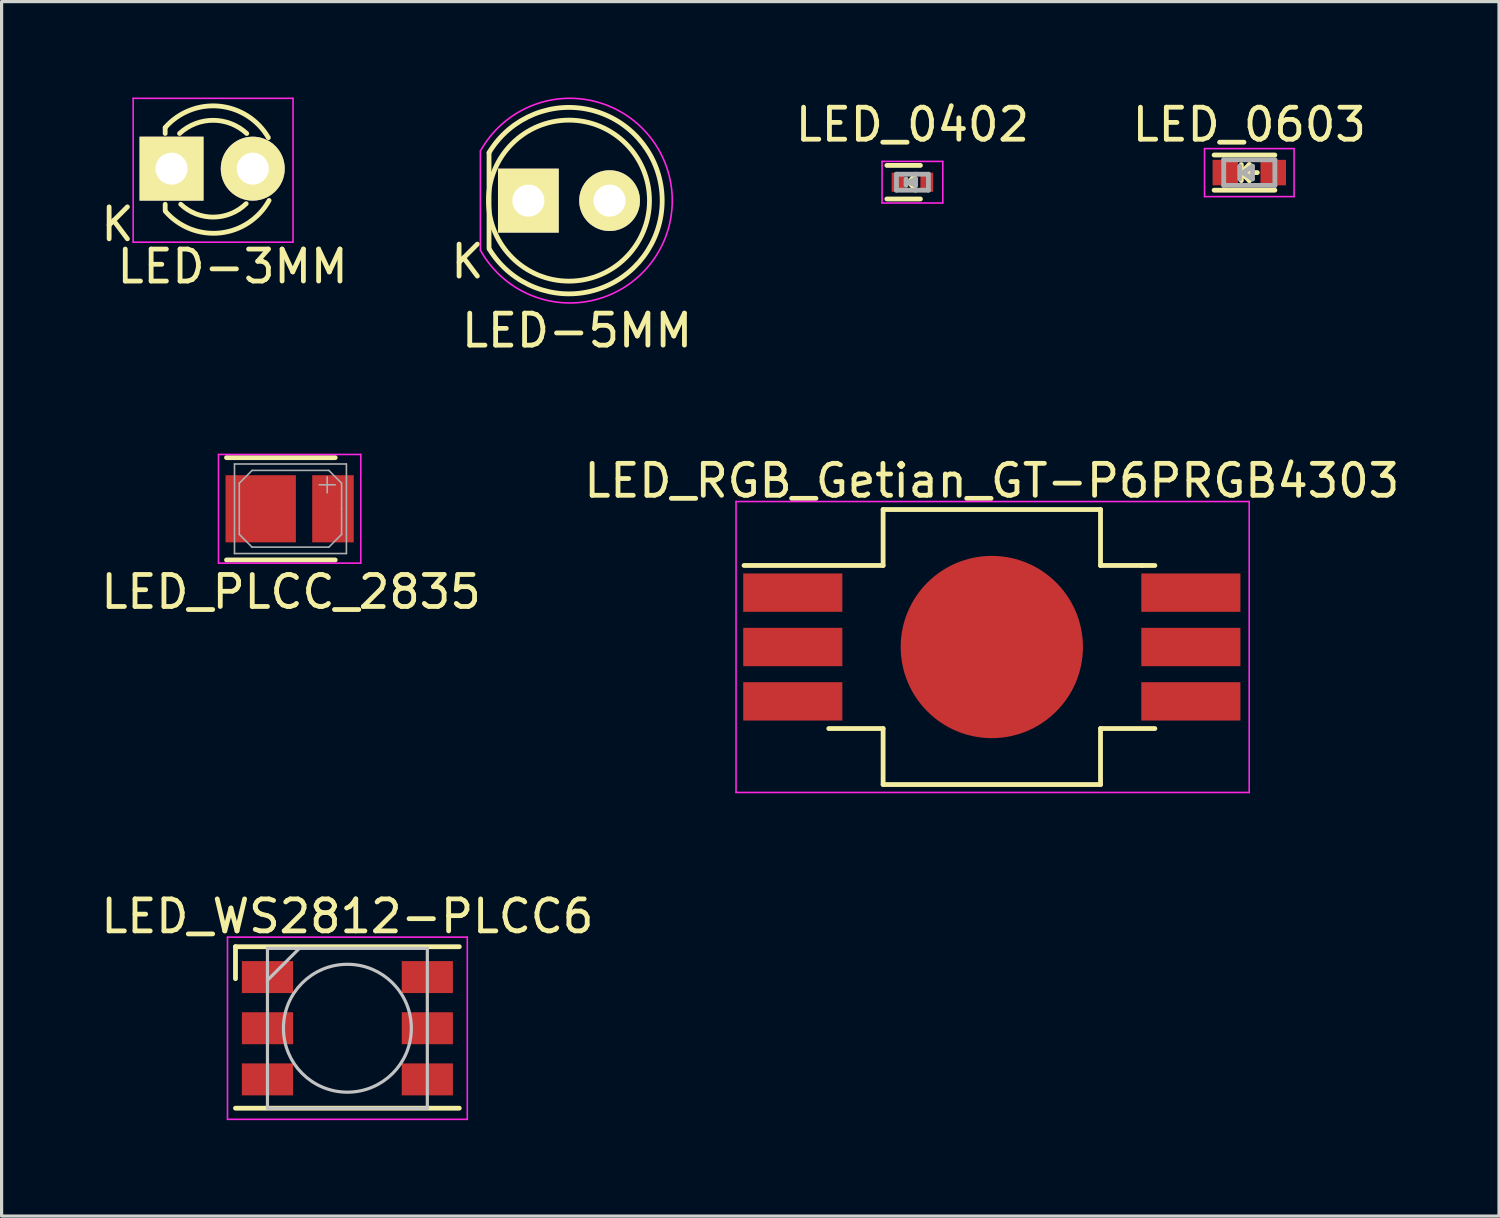
<source format=kicad_pcb>
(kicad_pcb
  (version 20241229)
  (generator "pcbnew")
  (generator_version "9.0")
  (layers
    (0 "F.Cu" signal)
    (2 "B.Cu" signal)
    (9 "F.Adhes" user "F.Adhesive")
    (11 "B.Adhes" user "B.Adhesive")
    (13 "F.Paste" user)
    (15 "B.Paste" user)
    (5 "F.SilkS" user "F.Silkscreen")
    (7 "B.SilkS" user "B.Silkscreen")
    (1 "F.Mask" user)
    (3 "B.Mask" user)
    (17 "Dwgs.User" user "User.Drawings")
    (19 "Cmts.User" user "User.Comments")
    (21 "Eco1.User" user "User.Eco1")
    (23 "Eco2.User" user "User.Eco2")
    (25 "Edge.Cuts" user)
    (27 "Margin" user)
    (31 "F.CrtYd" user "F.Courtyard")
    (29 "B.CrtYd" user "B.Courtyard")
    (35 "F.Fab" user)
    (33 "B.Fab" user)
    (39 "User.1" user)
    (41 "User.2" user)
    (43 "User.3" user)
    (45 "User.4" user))
  (footprint "LED_WS2812-PLCC6"
    (layer "F.Cu")
    (at 7.815 29.109)
    (property "Reference" "LED_WS2812-PLCC6" (at 0 -3.5 0) (layer "F.SilkS") (effects (font (size 1 1) (thickness 0.15))))
    (attr smd)
    (fp_line (start -3.5 -2.55) (end 3.5 -2.55) (stroke (width 0.15) (type solid)) (layer "F.SilkS"))
    (fp_line (start -3.5 -1.55) (end -3.5 -2.55) (stroke (width 0.15) (type solid)) (layer "F.SilkS"))
    (fp_line (start -3.5 2.5) (end 3.5 2.5) (stroke (width 0.15) (type solid)) (layer "F.SilkS"))
    (fp_line (start -2.5 -2.5) (end 2.5 -2.5) (stroke (width 0.1) (type solid)) (layer "Dwgs.User"))
    (fp_line (start -2.5 -1.5) (end -1.5 -2.5) (stroke (width 0.1) (type solid)) (layer "Dwgs.User"))
    (fp_line (start -2.5 2.5) (end -2.5 -2.5) (stroke (width 0.1) (type solid)) (layer "Dwgs.User"))
    (fp_line (start 2.5 -2.5) (end 2.5 2.5) (stroke (width 0.1) (type solid)) (layer "Dwgs.User"))
    (fp_line (start 2.5 2.5) (end -2.5 2.5) (stroke (width 0.1) (type solid)) (layer "Dwgs.User"))
    (fp_circle (center 0 0) (end 0 -2) (stroke (width 0.1) (type solid)) (fill no) (layer "Dwgs.User"))
    (fp_line (start -3.75 -2.85) (end -3.75 2.85) (stroke (width 0.05) (type solid)) (layer "F.CrtYd"))
    (fp_line (start -3.75 2.85) (end 3.75 2.85) (stroke (width 0.05) (type solid)) (layer "F.CrtYd"))
    (fp_line (start 3.75 -2.85) (end -3.75 -2.85) (stroke (width 0.05) (type solid)) (layer "F.CrtYd"))
    (fp_line (start 3.75 2.85) (end 3.75 -2.85) (stroke (width 0.05) (type solid)) (layer "F.CrtYd"))
    (pad "1" smd rect (at -2.5 -1.6) (size 1.6 1) (layers "F.Cu" "F.Mask" "F.Paste"))
    (pad "2" smd rect (at -2.5 0) (size 1.6 1) (layers "F.Cu" "F.Mask" "F.Paste"))
    (pad "3" smd rect (at -2.5 1.6) (size 1.6 1) (layers "F.Cu" "F.Mask" "F.Paste"))
    (pad "4" smd rect (at 2.5 1.6) (size 1.6 1) (layers "F.Cu" "F.Mask" "F.Paste"))
    (pad "5" smd rect (at 2.5 0) (size 1.6 1) (layers "F.Cu" "F.Mask" "F.Paste"))
    (pad "6" smd rect (at 2.5 -1.6) (size 1.6 1) (layers "F.Cu" "F.Mask" "F.Paste")))
  (footprint "LED_RGB_Getian_GT-P6PRGB4303"
    (layer "F.Cu")
    (at 27.97 17.186)
    (property "Reference" "LED_RGB_Getian_GT-P6PRGB4303" (at 0 -5.2 0) (layer "F.SilkS") (effects (font (size 1 1) (thickness 0.15))))
    (attr smd)
    (fp_line (start -7.75 -2.55) (end -3.4 -2.55) (stroke (width 0.15) (type solid)) (layer "F.SilkS"))
    (fp_line (start -5.1 2.55) (end -3.4 2.55) (stroke (width 0.15) (type solid)) (layer "F.SilkS"))
    (fp_line (start -3.4 -4.3) (end -3.4 -2.55) (stroke (width 0.15) (type solid)) (layer "F.SilkS"))
    (fp_line (start -3.4 2.55) (end -3.4 4.3) (stroke (width 0.15) (type solid)) (layer "F.SilkS"))
    (fp_line (start 3.4 -4.3) (end -3.4 -4.3) (stroke (width 0.15) (type solid)) (layer "F.SilkS"))
    (fp_line (start 3.4 -4.3) (end 3.4 -2.55) (stroke (width 0.15) (type solid)) (layer "F.SilkS"))
    (fp_line (start 3.4 -2.55) (end 4.7 -2.55) (stroke (width 0.15) (type solid)) (layer "F.SilkS"))
    (fp_line (start 3.4 2.55) (end 3.4 4.3) (stroke (width 0.15) (type solid)) (layer "F.SilkS"))
    (fp_line (start 3.4 4.3) (end -3.4 4.3) (stroke (width 0.15) (type solid)) (layer "F.SilkS"))
    (fp_line (start 4.7 -2.55) (end 5.1 -2.55) (stroke (width 0.15) (type solid)) (layer "F.SilkS"))
    (fp_line (start 5.1 2.55) (end 3.4 2.55) (stroke (width 0.15) (type solid)) (layer "F.SilkS"))
    (fp_line (start -8 -4.55) (end -8 4.55) (stroke (width 0.05) (type solid)) (layer "F.CrtYd"))
    (fp_line (start -8 -4.55) (end 8.05 -4.55) (stroke (width 0.05) (type solid)) (layer "F.CrtYd"))
    (fp_line (start -8 4.55) (end 8.05 4.55) (stroke (width 0.05) (type solid)) (layer "F.CrtYd"))
    (fp_line (start 8.05 -4.55) (end 8.05 4.55) (stroke (width 0.05) (type solid)) (layer "F.CrtYd"))
    (pad "1" smd rect (at -6.225 -1.7) (size 3.1 1.2) (layers "F.Cu" "F.Mask" "F.Paste"))
    (pad "2" smd rect (at -6.225 0) (size 3.1 1.2) (layers "F.Cu" "F.Mask" "F.Paste"))
    (pad "3" smd rect (at -6.225 1.7) (size 3.1 1.2) (layers "F.Cu" "F.Mask" "F.Paste"))
    (pad "4" smd rect (at 6.225 1.7 180) (size 3.1 1.2) (layers "F.Cu" "F.Mask" "F.Paste"))
    (pad "5" smd rect (at 6.225 0 180) (size 3.1 1.2) (layers "F.Cu" "F.Mask" "F.Paste"))
    (pad "6" smd rect (at 6.225 -1.7 180) (size 3.1 1.2) (layers "F.Cu" "F.Mask" "F.Paste"))
    (pad "PAD" smd circle (at 0 0) (size 5.7 5.7) (layers "F.Cu" "F.Mask" "F.Paste")))
  (footprint "LED_0402"
    (layer "F.Cu")
    (at 25.487 2.648)
    (property "Reference" "LED_0402" (at 0 -1.8 0) (layer "F.SilkS") (effects (font (size 1 1) (thickness 0.15))))
    (attr smd)
    (fp_line (start -0.1 0) (end 0.1 0.25) (stroke (width 0.15) (type solid)) (layer "F.SilkS"))
    (fp_line (start 0.1 -0.25) (end -0.1 0) (stroke (width 0.15) (type solid)) (layer "F.SilkS"))
    (fp_line (start 0.25 -0.525) (end -0.8 -0.525) (stroke (width 0.15) (type solid)) (layer "F.SilkS"))
    (fp_line (start 0.25 0.525) (end -0.8 0.525) (stroke (width 0.15) (type solid)) (layer "F.SilkS"))
    (fp_line (start -0.95 -0.65) (end -0.95 0.65) (stroke (width 0.05) (type solid)) (layer "F.CrtYd"))
    (fp_line (start -0.95 -0.65) (end 0.95 -0.65) (stroke (width 0.05) (type solid)) (layer "F.CrtYd"))
    (fp_line (start -0.95 0.65) (end 0.95 0.65) (stroke (width 0.05) (type solid)) (layer "F.CrtYd"))
    (fp_line (start 0.95 -0.65) (end 0.95 0.65) (stroke (width 0.05) (type solid)) (layer "F.CrtYd"))
    (fp_line (start -0.5 -0.25) (end 0.5 -0.25) (stroke (width 0.15) (type solid)) (layer "F.Fab"))
    (fp_line (start -0.5 0.25) (end -0.5 -0.25) (stroke (width 0.15) (type solid)) (layer "F.Fab"))
    (fp_line (start -0.2 -0.1) (end -0.2 0.1) (stroke (width 0.15) (type solid)) (layer "F.Fab"))
    (fp_line (start -0.1 0) (end 0.1 0.1) (stroke (width 0.15) (type solid)) (layer "F.Fab"))
    (fp_line (start 0.1 -0.1) (end -0.1 0) (stroke (width 0.15) (type solid)) (layer "F.Fab"))
    (fp_line (start 0.1 0.1) (end 0.1 -0.1) (stroke (width 0.15) (type solid)) (layer "F.Fab"))
    (fp_line (start 0.5 -0.25) (end 0.5 0.25) (stroke (width 0.15) (type solid)) (layer "F.Fab"))
    (fp_line (start 0.5 0.25) (end -0.5 0.25) (stroke (width 0.15) (type solid)) (layer "F.Fab"))
    (pad "1" smd rect (at -0.45 0) (size 0.4 0.6) (layers "F.Cu" "F.Mask" "F.Paste"))
    (pad "2" smd rect (at 0.45 0) (size 0.4 0.6) (layers "F.Cu" "F.Mask" "F.Paste")))
  (footprint "LED-5MM"
    (layer "F.Cu")
    (at 13.475 3.225)
    (property "Reference" "LED-5MM" (at 1.524 4.064 0) (layer "F.SilkS") (effects (font (size 1 1) (thickness 0.15))))
    (attr through_hole)
    (fp_line (start -1.23 1.5) (end -1.23 -1.5) (stroke (width 0.15) (type solid)) (layer "F.SilkS"))
    (fp_arc (start -1.23 -1.5) (mid 4.18544 -0.014565) (end -1.214888 1.524904) (stroke (width 0.15) (type solid)) (layer "F.SilkS"))
    (fp_circle (center 1.27 0) (end 0.97 -2.5) (stroke (width 0.15) (type solid)) (fill no) (layer "F.SilkS"))
    (fp_line (start -1.5 -1.55) (end -1.5 1.55) (stroke (width 0.05) (type solid)) (layer "F.CrtYd"))
    (fp_arc (start -1.498248 -1.55316) (mid 4.50039 0.001807) (end -1.5 1.55) (stroke (width 0.05) (type solid)) (layer "F.CrtYd"))
    (fp_text user "K" (at -1.905 1.905 0) (layer "F.SilkS") (effects (font (size 1 1) (thickness 0.15))))
    (pad "1" thru_hole rect (at 0 0 90) (size 2 1.9) (drill 1.001) (layers "*.Cu" "*.Mask" "F.SilkS"))
    (pad "2" thru_hole circle (at 2.54 0) (size 1.9 1.9) (drill 1.001) (layers "*.Cu" "*.Mask" "F.SilkS")))
  (footprint "LED-3MM"
    (layer "F.Cu")
    (at 2.315 2.225)
    (property "Reference" "LED-3MM" (at 1.91 3.06 0) (layer "F.SilkS") (effects (font (size 1 1) (thickness 0.15))))
    (attr through_hole)
    (fp_line (start -0.199 -1.28) (end -0.199 -1.1) (stroke (width 0.15) (type solid)) (layer "F.SilkS"))
    (fp_line (start -0.199 1.314) (end -0.199 1.114) (stroke (width 0.15) (type solid)) (layer "F.SilkS"))
    (fp_arc (start -0.199 -1.286) (mid 1.495903 -1.954571) (end 3.028744 -0.969643) (stroke (width 0.15) (type solid)) (layer "F.SilkS"))
    (fp_arc (start 0.25 -1.1) (mid 1.301686 -1.512142) (end 2.353005 -1.099067) (stroke (width 0.15) (type solid)) (layer "F.SilkS"))
    (fp_arc (start 2.335 1.094) (mid 1.31492 1.51473) (end 0.287111 1.113252) (stroke (width 0.15) (type solid)) (layer "F.SilkS"))
    (fp_arc (start 3.051 0.994) (mid 1.522637 2.009958) (end -0.18622 1.340726) (stroke (width 0.15) (type solid)) (layer "F.SilkS"))
    (fp_line (start -1.2 -2.2) (end -1.2 2.3) (stroke (width 0.05) (type solid)) (layer "F.CrtYd"))
    (fp_line (start -1.2 2.3) (end 3.8 2.3) (stroke (width 0.05) (type solid)) (layer "F.CrtYd"))
    (fp_line (start 3.8 -2.2) (end -1.2 -2.2) (stroke (width 0.05) (type solid)) (layer "F.CrtYd"))
    (fp_line (start 3.8 2.3) (end 3.8 -2.2) (stroke (width 0.05) (type solid)) (layer "F.CrtYd"))
    (fp_text user "K" (at -1.69 1.74 0) (layer "F.SilkS") (effects (font (size 1 1) (thickness 0.15))))
    (pad "1" thru_hole rect (at 0 0 90) (size 2 2) (drill 1.001) (layers "*.Cu" "*.Mask" "F.SilkS"))
    (pad "2" thru_hole circle (at 2.54 0) (size 2 2) (drill 1.001) (layers "*.Cu" "*.Mask" "F.SilkS")))
  (footprint "LED_PLCC_2835"
    (layer "F.Cu")
    (at 6.034 12.863)
    (property "Reference" "LED_PLCC_2835" (at 0.02 2.6 0) (layer "F.SilkS") (effects (font (size 1 1) (thickness 0.15))))
    (attr smd)
    (fp_line (start 1.4 -1.6) (end -2 -1.6) (stroke (width 0.15) (type solid)) (layer "F.SilkS"))
    (fp_line (start 1.4 1.6) (end -2 1.6) (stroke (width 0.15) (type solid)) (layer "F.SilkS"))
    (fp_line (start -2.25 -1.7) (end 2.2 -1.7) (stroke (width 0.05) (type solid)) (layer "F.CrtYd"))
    (fp_line (start -2.25 1.7) (end -2.25 -1.7) (stroke (width 0.05) (type solid)) (layer "F.CrtYd"))
    (fp_line (start 2.2 -1.7) (end 2.2 1.7) (stroke (width 0.05) (type solid)) (layer "F.CrtYd"))
    (fp_line (start 2.2 1.7) (end -2.25 1.7) (stroke (width 0.05) (type solid)) (layer "F.CrtYd"))
    (fp_line (start -1.75 -1.4) (end 1.75 -1.4) (stroke (width 0.05) (type solid)) (layer "F.Fab"))
    (fp_line (start -1.75 1.4) (end -1.75 -1.4) (stroke (width 0.05) (type solid)) (layer "F.Fab"))
    (fp_line (start -1.6 -0.8) (end -1.2 -1.2) (stroke (width 0.05) (type solid)) (layer "F.Fab"))
    (fp_line (start -1.6 0.8) (end -1.6 -0.8) (stroke (width 0.05) (type solid)) (layer "F.Fab"))
    (fp_line (start -1.2 -1.2) (end 1.2 -1.2) (stroke (width 0.05) (type solid)) (layer "F.Fab"))
    (fp_line (start -1.2 1.2) (end -1.6 0.8) (stroke (width 0.05) (type solid)) (layer "F.Fab"))
    (fp_line (start 1.15 -0.5) (end 1.15 -1) (stroke (width 0.05) (type solid)) (layer "F.Fab"))
    (fp_line (start 1.2 -1.2) (end 1.6 -0.8) (stroke (width 0.05) (type solid)) (layer "F.Fab"))
    (fp_line (start 1.2 1.2) (end -1.2 1.2) (stroke (width 0.05) (type solid)) (layer "F.Fab"))
    (fp_line (start 1.4 -0.75) (end 0.9 -0.75) (stroke (width 0.05) (type solid)) (layer "F.Fab"))
    (fp_line (start 1.6 -0.8) (end 1.6 -0.000094) (stroke (width 0.05) (type solid)) (layer "F.Fab"))
    (fp_line (start 1.6 -0.000094) (end 1.6 0.8) (stroke (width 0.05) (type solid)) (layer "F.Fab"))
    (fp_line (start 1.6 0.8) (end 1.2 1.2) (stroke (width 0.05) (type solid)) (layer "F.Fab"))
    (fp_line (start 1.75 -1.4) (end 1.75 1.4) (stroke (width 0.05) (type solid)) (layer "F.Fab"))
    (fp_line (start 1.75 1.4) (end -1.75 1.4) (stroke (width 0.05) (type solid)) (layer "F.Fab"))
    (pad "1" smd rect (at -0.93 -0.000094 180) (size 2.2 2.1) (layers "F.Cu" "F.Mask" "F.Paste"))
    (pad "2" smd rect (at 1.33 -0.000094 180) (size 1.3 2.1) (layers "F.Cu" "F.Mask" "F.Paste")))
  (footprint "LED_0603"
    (layer "F.Cu")
    (at 36.023 2.348)
    (property "Reference" "LED_0603" (at 0 -1.5 0) (layer "F.SilkS") (effects (font (size 1 1) (thickness 0.15))))
    (attr smd)
    (fp_line (start -1.1 -0.55) (end 0.8 -0.55) (stroke (width 0.15) (type solid)) (layer "F.SilkS"))
    (fp_line (start -1.1 0.55) (end 0.8 0.55) (stroke (width 0.15) (type solid)) (layer "F.SilkS"))
    (fp_line (start -0.25 -0.25) (end -0.25 0.25) (stroke (width 0.15) (type solid)) (layer "F.SilkS"))
    (fp_line (start -0.25 0) (end 0 -0.25) (stroke (width 0.15) (type solid)) (layer "F.SilkS"))
    (fp_line (start -0.2 0) (end 0.25 0) (stroke (width 0.15) (type solid)) (layer "F.SilkS"))
    (fp_line (start 0 -0.25) (end 0 0.25) (stroke (width 0.15) (type solid)) (layer "F.SilkS"))
    (fp_line (start 0 0.25) (end -0.25 0) (stroke (width 0.15) (type solid)) (layer "F.SilkS"))
    (fp_line (start -1.4 -0.75) (end 1.4 -0.75) (stroke (width 0.05) (type solid)) (layer "F.CrtYd"))
    (fp_line (start -1.4 0.75) (end -1.4 -0.75) (stroke (width 0.05) (type solid)) (layer "F.CrtYd"))
    (fp_line (start 1.4 -0.75) (end 1.4 0.75) (stroke (width 0.05) (type solid)) (layer "F.CrtYd"))
    (fp_line (start 1.4 0.75) (end -1.4 0.75) (stroke (width 0.05) (type solid)) (layer "F.CrtYd"))
    (fp_line (start -0.8 -0.4) (end 0.8 -0.4) (stroke (width 0.15) (type solid)) (layer "F.Fab"))
    (fp_line (start -0.8 0.4) (end -0.8 -0.4) (stroke (width 0.15) (type solid)) (layer "F.Fab"))
    (fp_line (start -0.3 -0.2) (end -0.3 0.2) (stroke (width 0.15) (type solid)) (layer "F.Fab"))
    (fp_line (start -0.2 0) (end 0.1 -0.2) (stroke (width 0.15) (type solid)) (layer "F.Fab"))
    (fp_line (start 0.1 -0.2) (end 0.1 0.2) (stroke (width 0.15) (type solid)) (layer "F.Fab"))
    (fp_line (start 0.1 0.2) (end -0.2 0) (stroke (width 0.15) (type solid)) (layer "F.Fab"))
    (fp_line (start 0.8 -0.4) (end 0.8 0.4) (stroke (width 0.15) (type solid)) (layer "F.Fab"))
    (fp_line (start 0.8 0.4) (end -0.8 0.4) (stroke (width 0.15) (type solid)) (layer "F.Fab"))
    (pad "1" smd rect (at -0.749 0 180) (size 0.798 0.798) (layers "F.Cu" "F.Mask" "F.Paste"))
    (pad "2" smd rect (at 0.749 0 180) (size 0.798 0.798) (layers "F.Cu" "F.Mask" "F.Paste")))
  (gr_rect
    (start -3 -3)
    (end 43.833 34.984)
    (stroke (width 0.1) (type default))
    (fill no)
    (layer "Edge.Cuts")))
</source>
